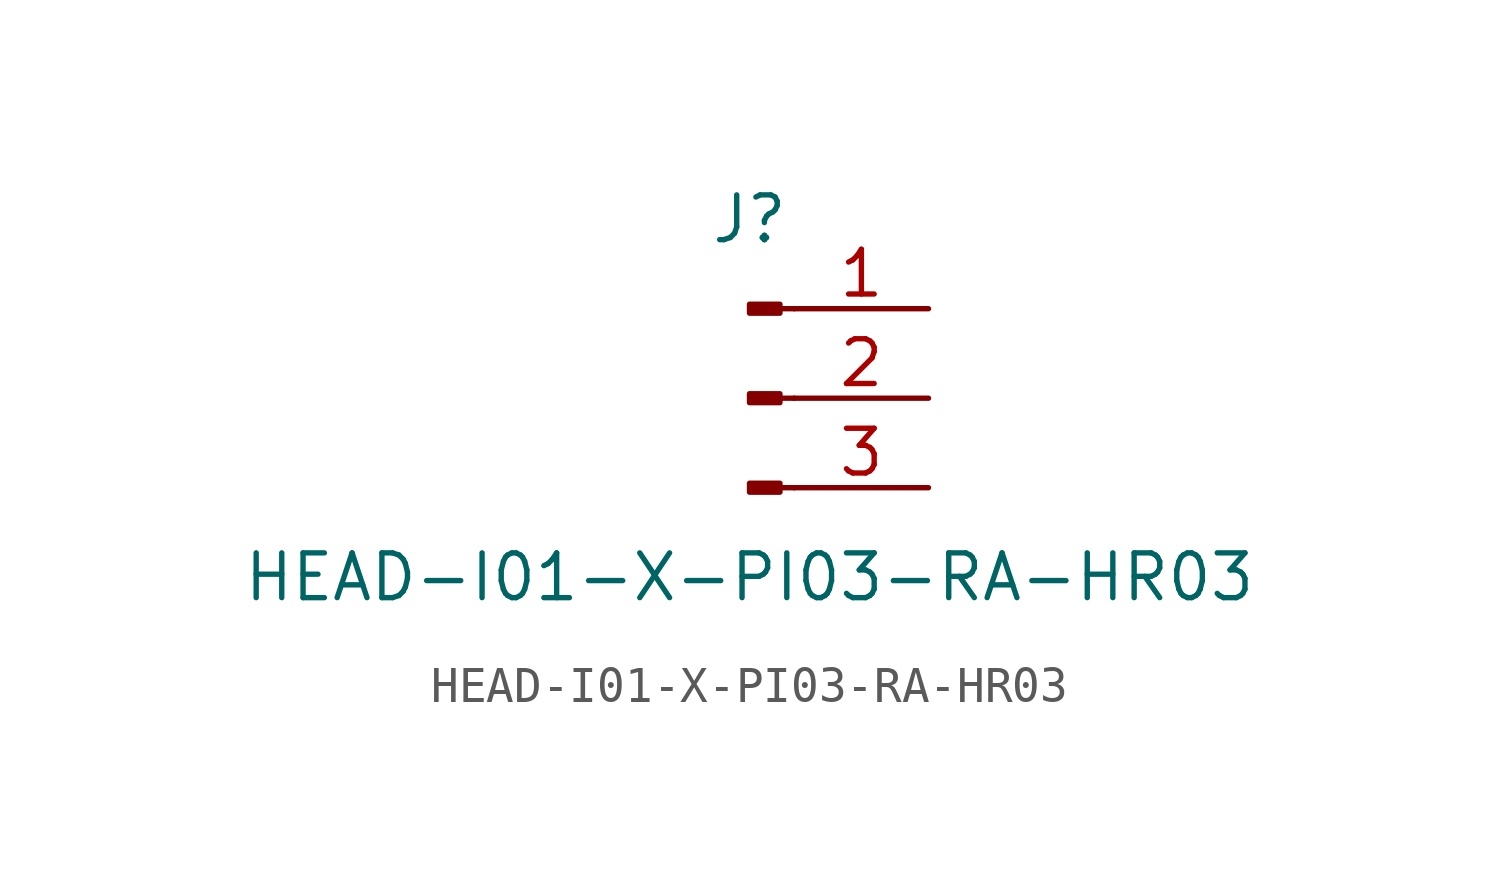
<source format=kicad_sym>
(kicad_symbol_lib
  (version 20211014)
  (generator kicad_symbol_editor)
  (symbol "HEAD-I01-X-PI03-RA-HR03"
    (pin_names
      (offset 1.016) hide)
    (property "Reference" "J"
      (at 0 5.08 0)
      (effects (font (size 1.27 1.27))))
    (property "Value" "HEAD-I01-X-PI03-RA-HR03"
      (at 0 -5.08 0)
      (effects (font (size 1.27 1.27))))
    (symbol "HEAD-I01-X-PI03-RA-HR03_1_1"
      (polyline (pts (xy 1.27 -2.54) (xy 0.864 -2.54)) (stroke (width 0.152) (type default) (color 0 0 0 0)) (fill (type none)))
      (polyline (pts (xy 1.27 0) (xy 0.864 0)) (stroke (width 0.152) (type default) (color 0 0 0 0)) (fill (type none)))
      (polyline (pts (xy 1.27 2.54) (xy 0.864 2.54)) (stroke (width 0.152) (type default) (color 0 0 0 0)) (fill (type none)))
      (rectangle (start 0.864 -2.413) (end 0 -2.667) (stroke (width 0.152) (type default) (color 0 0 0 0)) (fill (type outline)))
      (rectangle (start 0.864 0.127) (end 0 -0.127) (stroke (width 0.152) (type default) (color 0 0 0 0)) (fill (type outline)))
      (rectangle (start 0.864 2.667) (end 0 2.413) (stroke (width 0.152) (type default) (color 0 0 0 0)) (fill (type outline)))
      (pin passive line (at 5.08 2.54 180) (length 3.81) (name "Pin_1" (effects (font (size 1.27 1.27)))) (number "1" (effects (font (size 1.27 1.27)))))
      (pin passive line (at 5.08 0 180) (length 3.81) (name "Pin_2" (effects (font (size 1.27 1.27)))) (number "2" (effects (font (size 1.27 1.27)))))
      (pin passive line (at 5.08 -2.54 180) (length 3.81) (name "Pin_3" (effects (font (size 1.27 1.27)))) (number "3" (effects (font (size 1.27 1.27))))))))
</source>
